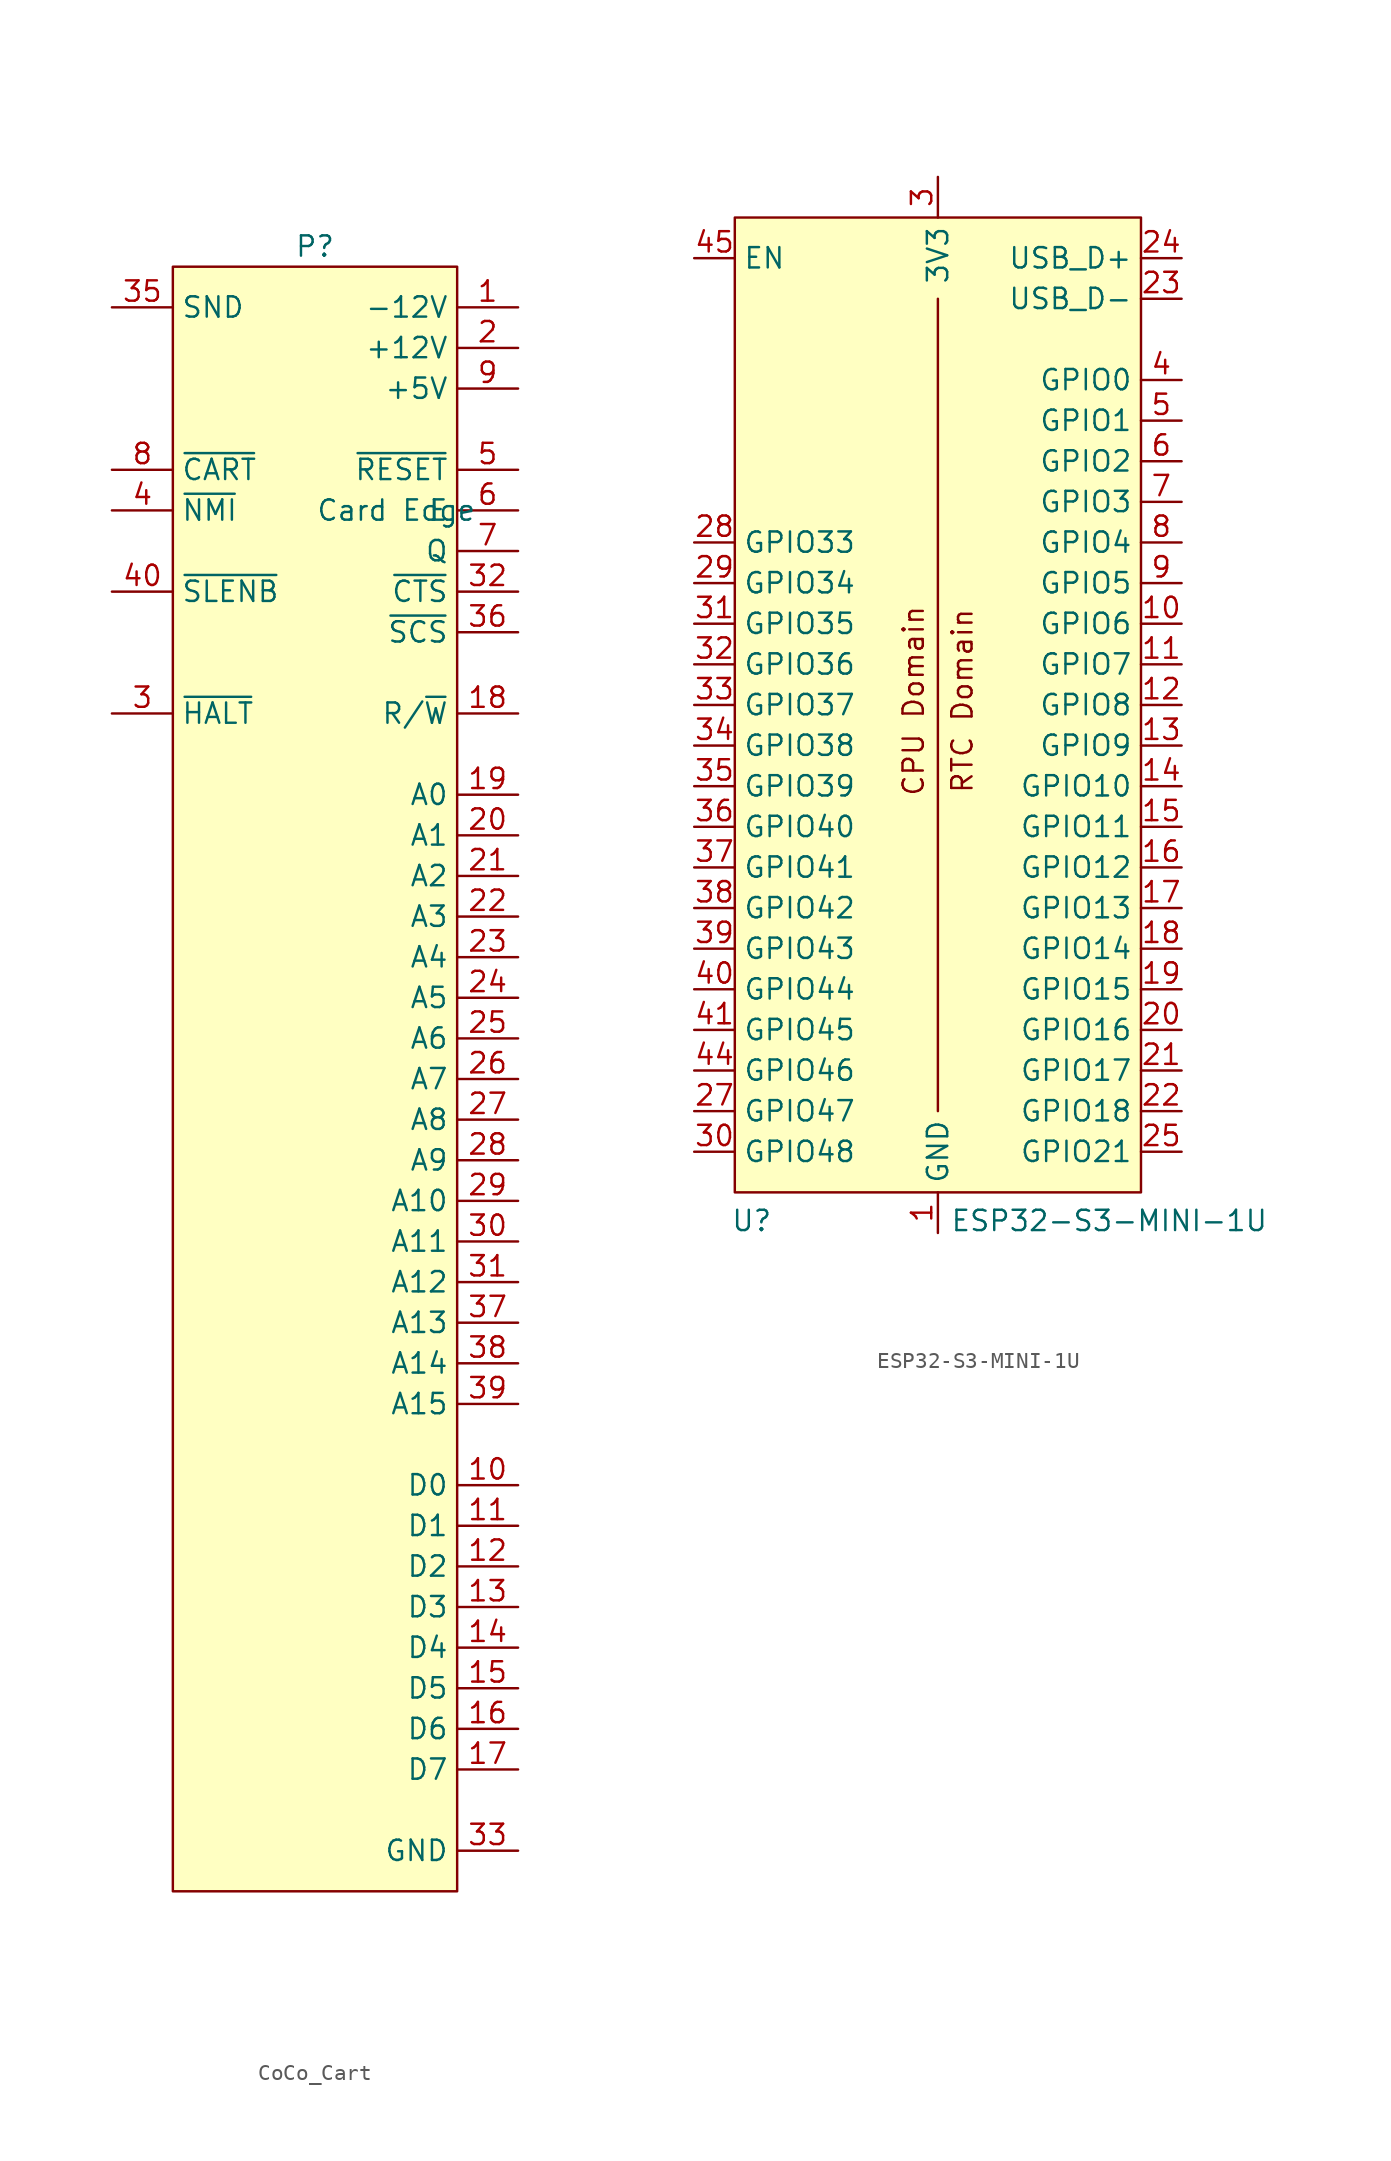
<source format=kicad_sym>
(kicad_symbol_lib
  (version 20231120)
  (generator "kicad_symbol_editor")
  (generator_version "8.0")
  (symbol "CoCo_Cart"
    (property "Reference" "P"
      (at 0 39.37 0)
      (effects (font (size 1.27 1.27))))
    (property "Value" "Card Edge"
      (at 5.08 22.86 0)
      (effects (font (size 1.27 1.27))))
    (symbol "CoCo_Cart_1_1"
      (rectangle (start -8.89 38.1) (end 8.89 -63.5) (stroke (width 0) (type default)) (fill (type background)))
      (pin power_out line (at 12.7 35.56 180) (length 3.81) (name "-12V" (effects (font (size 1.27 1.27)))) (number "1" (effects (font (size 1.27 1.27)))))
      (pin tri_state line (at 12.7 -38.1 180) (length 3.81) (name "D0" (effects (font (size 1.27 1.27)))) (number "10" (effects (font (size 1.27 1.27)))))
      (pin tri_state line (at 12.7 -40.64 180) (length 3.81) (name "D1" (effects (font (size 1.27 1.27)))) (number "11" (effects (font (size 1.27 1.27)))))
      (pin tri_state line (at 12.7 -43.18 180) (length 3.81) (name "D2" (effects (font (size 1.27 1.27)))) (number "12" (effects (font (size 1.27 1.27)))))
      (pin tri_state line (at 12.7 -45.72 180) (length 3.81) (name "D3" (effects (font (size 1.27 1.27)))) (number "13" (effects (font (size 1.27 1.27)))))
      (pin tri_state line (at 12.7 -48.26 180) (length 3.81) (name "D4" (effects (font (size 1.27 1.27)))) (number "14" (effects (font (size 1.27 1.27)))))
      (pin tri_state line (at 12.7 -50.8 180) (length 3.81) (name "D5" (effects (font (size 1.27 1.27)))) (number "15" (effects (font (size 1.27 1.27)))))
      (pin tri_state line (at 12.7 -53.34 180) (length 3.81) (name "D6" (effects (font (size 1.27 1.27)))) (number "16" (effects (font (size 1.27 1.27)))))
      (pin tri_state line (at 12.7 -55.88 180) (length 3.81) (name "D7" (effects (font (size 1.27 1.27)))) (number "17" (effects (font (size 1.27 1.27)))))
      (pin tri_state line (at 12.7 10.16 180) (length 3.81) (name "R/~{W}" (effects (font (size 1.27 1.27)))) (number "18" (effects (font (size 1.27 1.27)))))
      (pin tri_state line (at 12.7 5.08 180) (length 3.81) (name "A0" (effects (font (size 1.27 1.27)))) (number "19" (effects (font (size 1.27 1.27)))))
      (pin power_out line (at 12.7 33.02 180) (length 3.81) (name "+12V" (effects (font (size 1.27 1.27)))) (number "2" (effects (font (size 1.27 1.27)))))
      (pin tri_state line (at 12.7 2.54 180) (length 3.81) (name "A1" (effects (font (size 1.27 1.27)))) (number "20" (effects (font (size 1.27 1.27)))))
      (pin tri_state line (at 12.7 0 180) (length 3.81) (name "A2" (effects (font (size 1.27 1.27)))) (number "21" (effects (font (size 1.27 1.27)))))
      (pin tri_state line (at 12.7 -2.54 180) (length 3.81) (name "A3" (effects (font (size 1.27 1.27)))) (number "22" (effects (font (size 1.27 1.27)))))
      (pin tri_state line (at 12.7 -5.08 180) (length 3.81) (name "A4" (effects (font (size 1.27 1.27)))) (number "23" (effects (font (size 1.27 1.27)))))
      (pin tri_state line (at 12.7 -7.62 180) (length 3.81) (name "A5" (effects (font (size 1.27 1.27)))) (number "24" (effects (font (size 1.27 1.27)))))
      (pin tri_state line (at 12.7 -10.16 180) (length 3.81) (name "A6" (effects (font (size 1.27 1.27)))) (number "25" (effects (font (size 1.27 1.27)))))
      (pin tri_state line (at 12.7 -12.7 180) (length 3.81) (name "A7" (effects (font (size 1.27 1.27)))) (number "26" (effects (font (size 1.27 1.27)))))
      (pin tri_state line (at 12.7 -15.24 180) (length 3.81) (name "A8" (effects (font (size 1.27 1.27)))) (number "27" (effects (font (size 1.27 1.27)))))
      (pin tri_state line (at 12.7 -17.78 180) (length 3.81) (name "A9" (effects (font (size 1.27 1.27)))) (number "28" (effects (font (size 1.27 1.27)))))
      (pin tri_state line (at 12.7 -20.32 180) (length 3.81) (name "A10" (effects (font (size 1.27 1.27)))) (number "29" (effects (font (size 1.27 1.27)))))
      (pin input line (at -12.7 10.16 0) (length 3.81) (name "~{HALT}" (effects (font (size 1.27 1.27)))) (number "3" (effects (font (size 1.27 1.27)))))
      (pin tri_state line (at 12.7 -22.86 180) (length 3.81) (name "A11" (effects (font (size 1.27 1.27)))) (number "30" (effects (font (size 1.27 1.27)))))
      (pin tri_state line (at 12.7 -25.4 180) (length 3.81) (name "A12" (effects (font (size 1.27 1.27)))) (number "31" (effects (font (size 1.27 1.27)))))
      (pin output line (at 12.7 17.78 180) (length 3.81) (name "~{CTS}" (effects (font (size 1.27 1.27)))) (number "32" (effects (font (size 1.27 1.27)))))
      (pin power_out line (at 12.7 -60.96 180) (length 3.81) (name "GND" (effects (font (size 1.27 1.27)))) (number "33" (effects (font (size 1.27 1.27)))))
      (pin passive line (at 12.7 -60.96 180) (length 3.81) hide (name "GND" (effects (font (size 1.27 1.27)))) (number "34" (effects (font (size 1.27 1.27)))))
      (pin input line (at -12.7 35.56 0) (length 3.81) (name "SND" (effects (font (size 1.27 1.27)))) (number "35" (effects (font (size 1.27 1.27)))))
      (pin output line (at 12.7 15.24 180) (length 3.81) (name "~{SCS}" (effects (font (size 1.27 1.27)))) (number "36" (effects (font (size 1.27 1.27)))))
      (pin tri_state line (at 12.7 -27.94 180) (length 3.81) (name "A13" (effects (font (size 1.27 1.27)))) (number "37" (effects (font (size 1.27 1.27)))))
      (pin tri_state line (at 12.7 -30.48 180) (length 3.81) (name "A14" (effects (font (size 1.27 1.27)))) (number "38" (effects (font (size 1.27 1.27)))))
      (pin tri_state line (at 12.7 -33.02 180) (length 3.81) (name "A15" (effects (font (size 1.27 1.27)))) (number "39" (effects (font (size 1.27 1.27)))))
      (pin input line (at -12.7 22.86 0) (length 3.81) (name "~{NMI}" (effects (font (size 1.27 1.27)))) (number "4" (effects (font (size 1.27 1.27)))))
      (pin input line (at -12.7 17.78 0) (length 3.81) (name "~{SLENB}" (effects (font (size 1.27 1.27)))) (number "40" (effects (font (size 1.27 1.27)))))
      (pin bidirectional line (at 12.7 25.4 180) (length 3.81) (name "~{RESET}" (effects (font (size 1.27 1.27)))) (number "5" (effects (font (size 1.27 1.27)))))
      (pin output line (at 12.7 22.86 180) (length 3.81) (name "E" (effects (font (size 1.27 1.27)))) (number "6" (effects (font (size 1.27 1.27)))))
      (pin output line (at 12.7 20.32 180) (length 3.81) (name "Q" (effects (font (size 1.27 1.27)))) (number "7" (effects (font (size 1.27 1.27)))))
      (pin input line (at -12.7 25.4 0) (length 3.81) (name "~{CART}" (effects (font (size 1.27 1.27)))) (number "8" (effects (font (size 1.27 1.27)))))
      (pin power_out line (at 12.7 30.48 180) (length 3.81) (name "+5V" (effects (font (size 1.27 1.27)))) (number "9" (effects (font (size 1.27 1.27)))))))
  (symbol "ESP32-S3-MINI-1U"
    (property "Reference" "U"
      (at -12.954 -32.258 0)
      (effects (font (size 1.27 1.27)) (justify left)))
    (property "Value" "ESP32-S3-MINI-1U"
      (at 0.762 -32.258 0)
      (effects (font (size 1.27 1.27)) (justify left)))
    (symbol "ESP32-S3-MINI-1U_1_1"
      (rectangle (start -12.7 30.48) (end 12.7 -30.48) (stroke (width 0) (type default)) (fill (type background)))
      (polyline (pts (xy 0 -25.4) (xy 0 25.4)) (stroke (width 0) (type default)) (fill (type none)))
      (text "CPU Domain" (at -1.524 0.254 900) (effects (font (size 1.27 1.27))))
      (text "RTC Domain" (at 1.524 0.254 900) (effects (font (size 1.27 1.27))))
      (pin power_in line (at 0 -33.02 90) (length 2.54) (name "GND" (effects (font (size 1.27 1.27)))) (number "1" (effects (font (size 1.27 1.27)))))
      (pin tri_state line (at 15.24 5.08 180) (length 2.54) (name "GPIO6" (effects (font (size 1.27 1.27)))) (number "10" (effects (font (size 1.27 1.27)))))
      (pin tri_state line (at 15.24 2.54 180) (length 2.54) (name "GPIO7" (effects (font (size 1.27 1.27)))) (number "11" (effects (font (size 1.27 1.27)))))
      (pin tri_state line (at 15.24 0 180) (length 2.54) (name "GPIO8" (effects (font (size 1.27 1.27)))) (number "12" (effects (font (size 1.27 1.27)))))
      (pin tri_state line (at 15.24 -2.54 180) (length 2.54) (name "GPIO9" (effects (font (size 1.27 1.27)))) (number "13" (effects (font (size 1.27 1.27)))))
      (pin tri_state line (at 15.24 -5.08 180) (length 2.54) (name "GPIO10" (effects (font (size 1.27 1.27)))) (number "14" (effects (font (size 1.27 1.27)))))
      (pin tri_state line (at 15.24 -7.62 180) (length 2.54) (name "GPIO11" (effects (font (size 1.27 1.27)))) (number "15" (effects (font (size 1.27 1.27)))))
      (pin tri_state line (at 15.24 -10.16 180) (length 2.54) (name "GPIO12" (effects (font (size 1.27 1.27)))) (number "16" (effects (font (size 1.27 1.27)))))
      (pin tri_state line (at 15.24 -12.7 180) (length 2.54) (name "GPIO13" (effects (font (size 1.27 1.27)))) (number "17" (effects (font (size 1.27 1.27)))))
      (pin tri_state line (at 15.24 -15.24 180) (length 2.54) (name "GPIO14" (effects (font (size 1.27 1.27)))) (number "18" (effects (font (size 1.27 1.27)))))
      (pin tri_state line (at 15.24 -17.78 180) (length 2.54) (name "GPIO15" (effects (font (size 1.27 1.27)))) (number "19" (effects (font (size 1.27 1.27)))))
      (pin passive line (at 0 -33.02 90) (length 2.54) hide (name "GND" (effects (font (size 1.27 1.27)))) (number "2" (effects (font (size 1.27 1.27)))))
      (pin tri_state line (at 15.24 -20.32 180) (length 2.54) (name "GPIO16" (effects (font (size 1.27 1.27)))) (number "20" (effects (font (size 1.27 1.27)))))
      (pin tri_state line (at 15.24 -22.86 180) (length 2.54) (name "GPIO17" (effects (font (size 1.27 1.27)))) (number "21" (effects (font (size 1.27 1.27)))))
      (pin tri_state line (at 15.24 -25.4 180) (length 2.54) (name "GPIO18" (effects (font (size 1.27 1.27)))) (number "22" (effects (font (size 1.27 1.27)))))
      (pin tri_state line (at 15.24 25.4 180) (length 2.54) (name "USB_D-" (effects (font (size 1.27 1.27)))) (number "23" (effects (font (size 1.27 1.27)))))
      (pin tri_state line (at 15.24 27.94 180) (length 2.54) (name "USB_D+" (effects (font (size 1.27 1.27)))) (number "24" (effects (font (size 1.27 1.27)))))
      (pin tri_state line (at 15.24 -27.94 180) (length 2.54) (name "GPIO21" (effects (font (size 1.27 1.27)))) (number "25" (effects (font (size 1.27 1.27)))))
      (pin no_connect line (at -12.7 12.7 0) (length 2.54) hide (name "SPI1CS" (effects (font (size 1.27 1.27)))) (number "26" (effects (font (size 1.27 1.27)))))
      (pin tri_state line (at -15.24 -25.4 0) (length 2.54) (name "GPIO47" (effects (font (size 1.27 1.27)))) (number "27" (effects (font (size 1.27 1.27)))))
      (pin tri_state line (at -15.24 10.16 0) (length 2.54) (name "GPIO33" (effects (font (size 1.27 1.27)))) (number "28" (effects (font (size 1.27 1.27)))))
      (pin tri_state line (at -15.24 7.62 0) (length 2.54) (name "GPIO34" (effects (font (size 1.27 1.27)))) (number "29" (effects (font (size 1.27 1.27)))))
      (pin power_in line (at 0 33.02 270) (length 2.54) (name "3V3" (effects (font (size 1.27 1.27)))) (number "3" (effects (font (size 1.27 1.27)))))
      (pin tri_state line (at -15.24 -27.94 0) (length 2.54) (name "GPIO48" (effects (font (size 1.27 1.27)))) (number "30" (effects (font (size 1.27 1.27)))))
      (pin tri_state line (at -15.24 5.08 0) (length 2.54) (name "GPIO35" (effects (font (size 1.27 1.27)))) (number "31" (effects (font (size 1.27 1.27)))))
      (pin tri_state line (at -15.24 2.54 0) (length 2.54) (name "GPIO36" (effects (font (size 1.27 1.27)))) (number "32" (effects (font (size 1.27 1.27)))))
      (pin tri_state line (at -15.24 0 0) (length 2.54) (name "GPIO37" (effects (font (size 1.27 1.27)))) (number "33" (effects (font (size 1.27 1.27)))))
      (pin tri_state line (at -15.24 -2.54 0) (length 2.54) (name "GPIO38" (effects (font (size 1.27 1.27)))) (number "34" (effects (font (size 1.27 1.27)))))
      (pin tri_state line (at -15.24 -5.08 0) (length 2.54) (name "GPIO39" (effects (font (size 1.27 1.27)))) (number "35" (effects (font (size 1.27 1.27)))))
      (pin tri_state line (at -15.24 -7.62 0) (length 2.54) (name "GPIO40" (effects (font (size 1.27 1.27)))) (number "36" (effects (font (size 1.27 1.27)))))
      (pin tri_state line (at -15.24 -10.16 0) (length 2.54) (name "GPIO41" (effects (font (size 1.27 1.27)))) (number "37" (effects (font (size 1.27 1.27)))))
      (pin tri_state line (at -15.24 -12.7 0) (length 2.54) (name "GPIO42" (effects (font (size 1.27 1.27)))) (number "38" (effects (font (size 1.27 1.27)))))
      (pin tri_state line (at -15.24 -15.24 0) (length 2.54) (name "GPIO43" (effects (font (size 1.27 1.27)))) (number "39" (effects (font (size 1.27 1.27)))))
      (pin tri_state line (at 15.24 20.32 180) (length 2.54) (name "GPIO0" (effects (font (size 1.27 1.27)))) (number "4" (effects (font (size 1.27 1.27)))))
      (pin tri_state line (at -15.24 -17.78 0) (length 2.54) (name "GPIO44" (effects (font (size 1.27 1.27)))) (number "40" (effects (font (size 1.27 1.27)))))
      (pin tri_state line (at -15.24 -20.32 0) (length 2.54) (name "GPIO45" (effects (font (size 1.27 1.27)))) (number "41" (effects (font (size 1.27 1.27)))))
      (pin passive line (at 0 -33.02 90) (length 2.54) hide (name "GND" (effects (font (size 1.27 1.27)))) (number "42" (effects (font (size 1.27 1.27)))))
      (pin passive line (at 0 -33.02 90) (length 2.54) hide (name "GND" (effects (font (size 1.27 1.27)))) (number "43" (effects (font (size 1.27 1.27)))))
      (pin tri_state line (at -15.24 -22.86 0) (length 2.54) (name "GPIO46" (effects (font (size 1.27 1.27)))) (number "44" (effects (font (size 1.27 1.27)))))
      (pin input line (at -15.24 27.94 0) (length 2.54) (name "EN" (effects (font (size 1.27 1.27)))) (number "45" (effects (font (size 1.27 1.27)))))
      (pin passive line (at 0 -33.02 90) (length 2.54) hide (name "GND" (effects (font (size 1.27 1.27)))) (number "46" (effects (font (size 1.27 1.27)))))
      (pin passive line (at 0 -33.02 90) (length 2.54) hide (name "GND" (effects (font (size 1.27 1.27)))) (number "47" (effects (font (size 1.27 1.27)))))
      (pin passive line (at 0 -33.02 90) (length 2.54) hide (name "GND" (effects (font (size 1.27 1.27)))) (number "48" (effects (font (size 1.27 1.27)))))
      (pin passive line (at 0 -33.02 90) (length 2.54) hide (name "GND" (effects (font (size 1.27 1.27)))) (number "49" (effects (font (size 1.27 1.27)))))
      (pin tri_state line (at 15.24 17.78 180) (length 2.54) (name "GPIO1" (effects (font (size 1.27 1.27)))) (number "5" (effects (font (size 1.27 1.27)))))
      (pin passive line (at 0 -33.02 90) (length 2.54) hide (name "GND" (effects (font (size 1.27 1.27)))) (number "50" (effects (font (size 1.27 1.27)))))
      (pin passive line (at 0 -33.02 90) (length 2.54) hide (name "GND" (effects (font (size 1.27 1.27)))) (number "51" (effects (font (size 1.27 1.27)))))
      (pin passive line (at 0 -33.02 90) (length 2.54) hide (name "GND" (effects (font (size 1.27 1.27)))) (number "52" (effects (font (size 1.27 1.27)))))
      (pin passive line (at 0 -33.02 90) (length 2.54) hide (name "GND" (effects (font (size 1.27 1.27)))) (number "53" (effects (font (size 1.27 1.27)))))
      (pin passive line (at 0 -33.02 90) (length 2.54) hide (name "GND" (effects (font (size 1.27 1.27)))) (number "54" (effects (font (size 1.27 1.27)))))
      (pin passive line (at 0 -33.02 90) (length 2.54) hide (name "GND" (effects (font (size 1.27 1.27)))) (number "55" (effects (font (size 1.27 1.27)))))
      (pin passive line (at 0 -33.02 90) (length 2.54) hide (name "GND" (effects (font (size 1.27 1.27)))) (number "56" (effects (font (size 1.27 1.27)))))
      (pin passive line (at 0 -33.02 90) (length 2.54) hide (name "GND" (effects (font (size 1.27 1.27)))) (number "57" (effects (font (size 1.27 1.27)))))
      (pin passive line (at 0 -33.02 90) (length 2.54) hide (name "GND" (effects (font (size 1.27 1.27)))) (number "58" (effects (font (size 1.27 1.27)))))
      (pin passive line (at 0 -33.02 90) (length 2.54) hide (name "GND" (effects (font (size 1.27 1.27)))) (number "59" (effects (font (size 1.27 1.27)))))
      (pin tri_state line (at 15.24 15.24 180) (length 2.54) (name "GPIO2" (effects (font (size 1.27 1.27)))) (number "6" (effects (font (size 1.27 1.27)))))
      (pin passive line (at 0 -33.02 90) (length 2.54) hide (name "GND" (effects (font (size 1.27 1.27)))) (number "60" (effects (font (size 1.27 1.27)))))
      (pin passive line (at 0 -33.02 90) (length 2.54) hide (name "GND" (effects (font (size 1.27 1.27)))) (number "61" (effects (font (size 1.27 1.27)))))
      (pin passive line (at 0 -33.02 90) (length 2.54) hide (name "GND" (effects (font (size 1.27 1.27)))) (number "62" (effects (font (size 1.27 1.27)))))
      (pin passive line (at 0 -33.02 90) (length 2.54) hide (name "GND" (effects (font (size 1.27 1.27)))) (number "63" (effects (font (size 1.27 1.27)))))
      (pin passive line (at 0 -33.02 90) (length 2.54) hide (name "GND" (effects (font (size 1.27 1.27)))) (number "64" (effects (font (size 1.27 1.27)))))
      (pin passive line (at 0 -33.02 90) (length 2.54) hide (name "GND" (effects (font (size 1.27 1.27)))) (number "65" (effects (font (size 1.27 1.27)))))
      (pin tri_state line (at 15.24 12.7 180) (length 2.54) (name "GPIO3" (effects (font (size 1.27 1.27)))) (number "7" (effects (font (size 1.27 1.27)))))
      (pin tri_state line (at 15.24 10.16 180) (length 2.54) (name "GPIO4" (effects (font (size 1.27 1.27)))) (number "8" (effects (font (size 1.27 1.27)))))
      (pin tri_state line (at 15.24 7.62 180) (length 2.54) (name "GPIO5" (effects (font (size 1.27 1.27)))) (number "9" (effects (font (size 1.27 1.27))))))))
</source>
